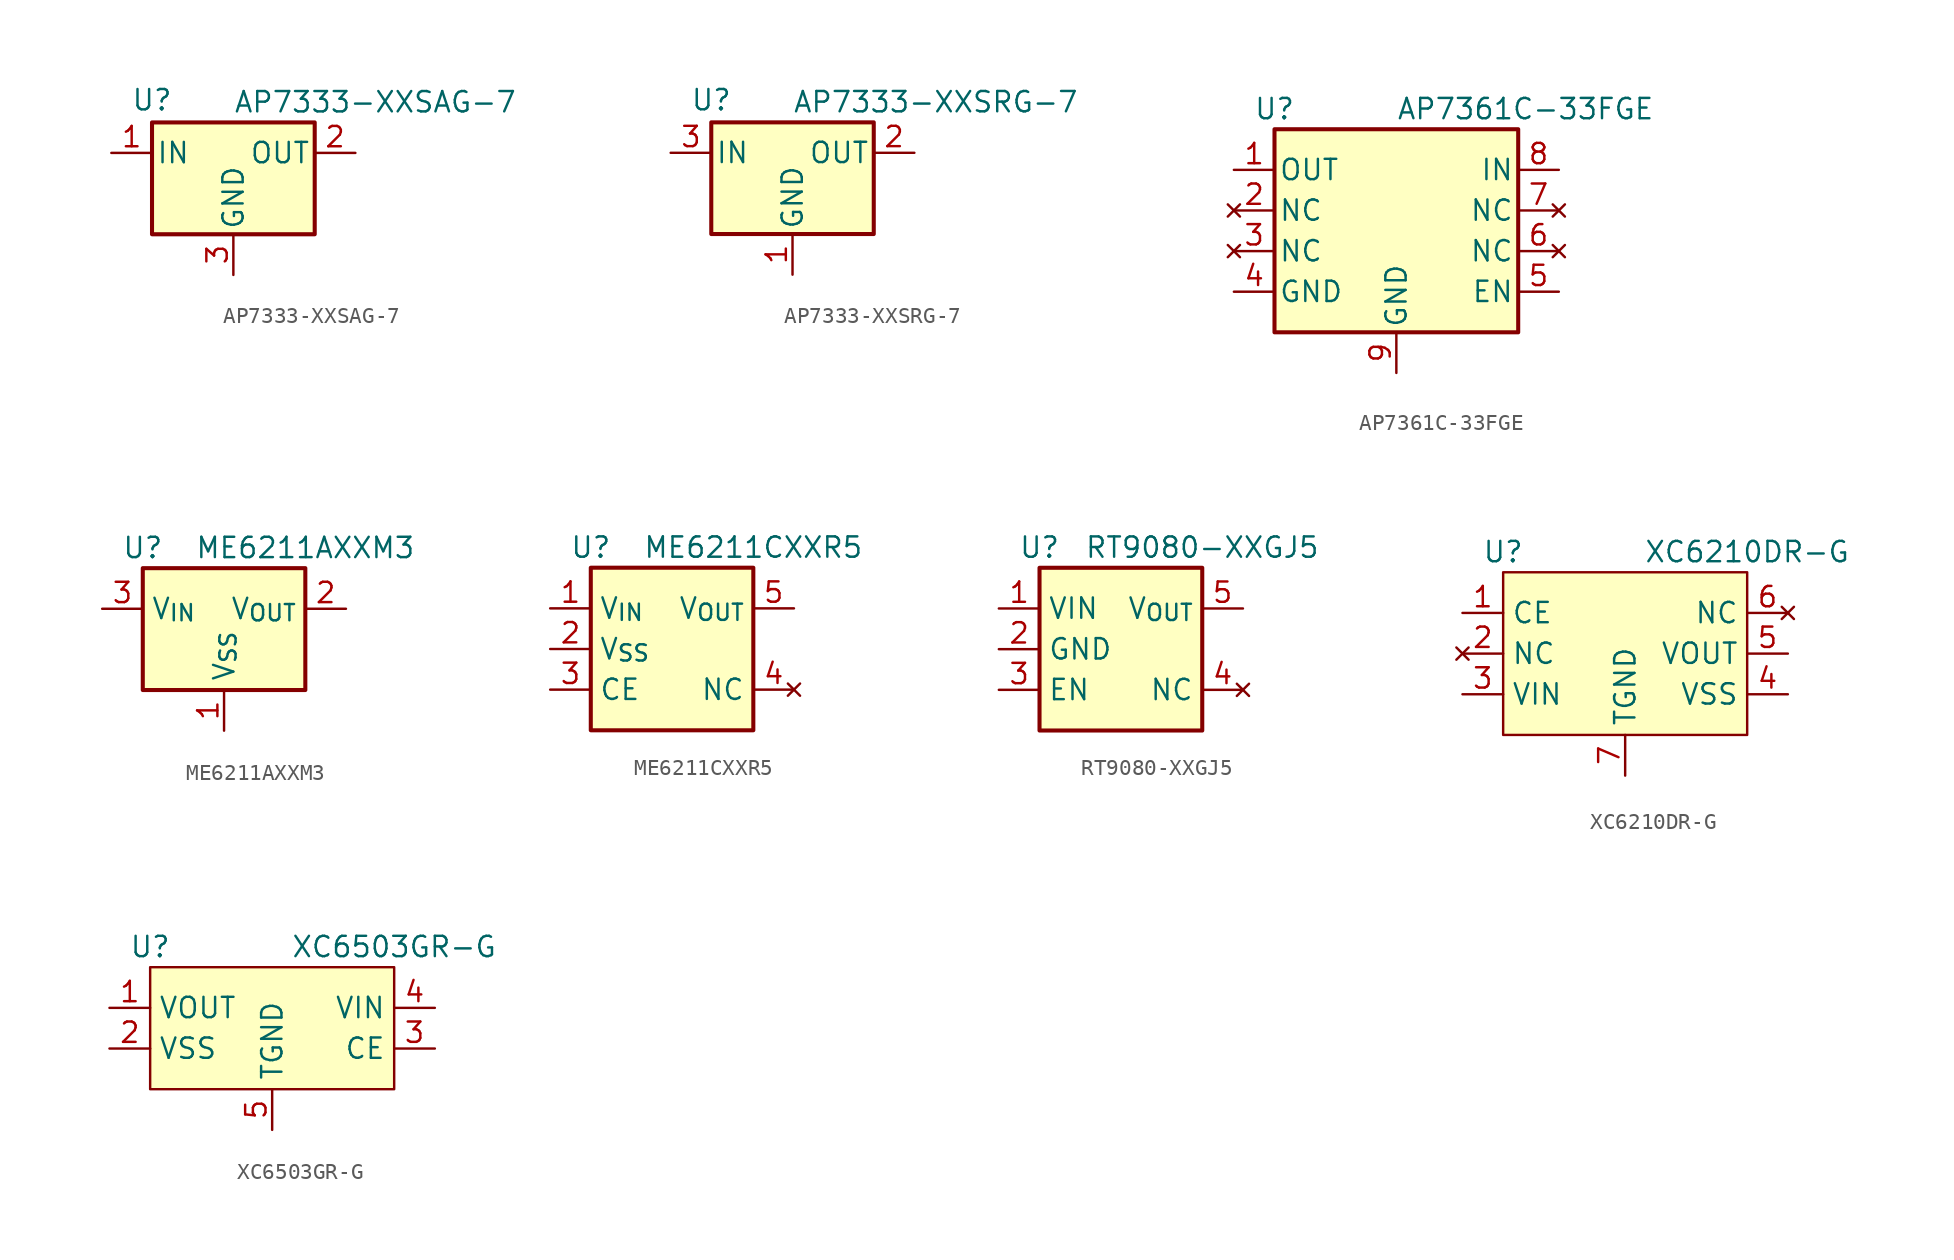
<source format=kicad_sym>
(kicad_symbol_lib
  (version 20231120)
  (generator "kicad_symbol_editor")
  (generator_version "8.0")
  (symbol "AP7333-XXSAG-7"
    (pin_names
      (offset 0.254))
    (property "Reference" "U"
      (at -5.08 3.302 0)
      (effects (font (size 1.27 1.27))))
    (property "Value" "AP7333-XXSAG-7"
      (at 0 3.175 0)
      (effects (font (size 1.27 1.27)) (justify left)))
    (symbol "AP7333-XXSAG-7_0_1"
      (rectangle (start -5.08 1.905) (end 5.08 -5.08) (stroke (width 0.254) (type default)) (fill (type background))))
    (symbol "AP7333-XXSAG-7_1_1"
      (pin power_out line (at -7.62 0 0) (length 2.54) (name "IN" (effects (font (size 1.27 1.27)))) (number "1" (effects (font (size 1.27 1.27)))))
      (pin power_in line (at 7.62 0 180) (length 2.54) (name "OUT" (effects (font (size 1.27 1.27)))) (number "2" (effects (font (size 1.27 1.27)))))
      (pin power_in line (at 0 -7.62 90) (length 2.54) (name "GND" (effects (font (size 1.27 1.27)))) (number "3" (effects (font (size 1.27 1.27)))))))
  (symbol "AP7333-XXSRG-7"
    (pin_names
      (offset 0.254))
    (property "Reference" "U"
      (at -5.08 3.302 0)
      (effects (font (size 1.27 1.27))))
    (property "Value" "AP7333-XXSRG-7"
      (at 0 3.175 0)
      (effects (font (size 1.27 1.27)) (justify left)))
    (symbol "AP7333-XXSRG-7_0_1"
      (rectangle (start -5.08 1.905) (end 5.08 -5.08) (stroke (width 0.254) (type default)) (fill (type background))))
    (symbol "AP7333-XXSRG-7_1_1"
      (pin power_in line (at 0 -7.62 90) (length 2.54) (name "GND" (effects (font (size 1.27 1.27)))) (number "1" (effects (font (size 1.27 1.27)))))
      (pin power_in line (at 7.62 0 180) (length 2.54) (name "OUT" (effects (font (size 1.27 1.27)))) (number "2" (effects (font (size 1.27 1.27)))))
      (pin power_out line (at -7.62 0 0) (length 2.54) (name "IN" (effects (font (size 1.27 1.27)))) (number "3" (effects (font (size 1.27 1.27)))))))
  (symbol "AP7361C-33FGE"
    (pin_names
      (offset 0.254))
    (property "Reference" "U"
      (at -7.62 7.62 0)
      (effects (font (size 1.27 1.27))))
    (property "Value" "AP7361C-33FGE"
      (at 0 7.62 0)
      (effects (font (size 1.27 1.27)) (justify left)))
    (symbol "AP7361C-33FGE_0_1"
      (rectangle (start -7.62 6.35) (end 7.62 -6.35) (stroke (width 0.254) (type default)) (fill (type background))))
    (symbol "AP7361C-33FGE_1_1"
      (pin power_out line (at -10.16 3.81 0) (length 2.54) (name "OUT" (effects (font (size 1.27 1.27)))) (number "1" (effects (font (size 1.27 1.27)))))
      (pin no_connect line (at -10.16 1.27 0) (length 2.54) (name "NC" (effects (font (size 1.27 1.27)))) (number "2" (effects (font (size 1.27 1.27)))))
      (pin no_connect line (at -10.16 -1.27 0) (length 2.54) (name "NC" (effects (font (size 1.27 1.27)))) (number "3" (effects (font (size 1.27 1.27)))))
      (pin power_in line (at -10.16 -3.81 0) (length 2.54) (name "GND" (effects (font (size 1.27 1.27)))) (number "4" (effects (font (size 1.27 1.27)))))
      (pin input line (at 10.16 -3.81 180) (length 2.54) (name "EN" (effects (font (size 1.27 1.27)))) (number "5" (effects (font (size 1.27 1.27)))))
      (pin no_connect line (at 10.16 -1.27 180) (length 2.54) (name "NC" (effects (font (size 1.27 1.27)))) (number "6" (effects (font (size 1.27 1.27)))))
      (pin no_connect line (at 10.16 1.27 180) (length 2.54) (name "NC" (effects (font (size 1.27 1.27)))) (number "7" (effects (font (size 1.27 1.27)))))
      (pin power_in line (at 10.16 3.81 180) (length 2.54) (name "IN" (effects (font (size 1.27 1.27)))) (number "8" (effects (font (size 1.27 1.27)))))
      (pin power_in line (at 0 -8.89 90) (length 2.54) (name "GND" (effects (font (size 1.27 1.27)))) (number "9" (effects (font (size 1.27 1.27)))))))
  (symbol "ME6211AXXM3"
    (property "Reference" "U"
      (at -5.08 6.35 0)
      (effects (font (size 1.27 1.27))))
    (property "Value" "ME6211AXXM3"
      (at 5.08 6.35 0)
      (effects (font (size 1.27 1.27))))
    (symbol "ME6211AXXM3_0_1"
      (rectangle (start -5.08 5.08) (end 5.08 -2.54) (stroke (width 0.254) (type default)) (fill (type background))))
    (symbol "ME6211AXXM3_1_1"
      (pin power_in line (at 0 -5.08 90) (length 2.54) (name "V_{SS}" (effects (font (size 1.27 1.27)))) (number "1" (effects (font (size 1.27 1.27)))))
      (pin power_out line (at 7.62 2.54 180) (length 2.54) (name "V_{OUT}" (effects (font (size 1.27 1.27)))) (number "2" (effects (font (size 1.27 1.27)))))
      (pin power_in line (at -7.62 2.54 0) (length 2.54) (name "V_{IN}" (effects (font (size 1.27 1.27)))) (number "3" (effects (font (size 1.27 1.27)))))))
  (symbol "ME6211CXXR5"
    (property "Reference" "U"
      (at -5.08 6.35 0)
      (effects (font (size 1.27 1.27))))
    (property "Value" "ME6211CXXR5"
      (at 5.08 6.35 0)
      (effects (font (size 1.27 1.27))))
    (symbol "ME6211CXXR5_1_1"
      (rectangle (start -5.08 5.08) (end 5.08 -5.08) (stroke (width 0.254) (type default)) (fill (type background)))
      (pin power_in line (at -7.62 2.54 0) (length 2.54) (name "V_{IN}" (effects (font (size 1.27 1.27)))) (number "1" (effects (font (size 1.27 1.27)))))
      (pin power_in line (at -7.62 0 0) (length 2.54) (name "V_{SS}" (effects (font (size 1.27 1.27)))) (number "2" (effects (font (size 1.27 1.27)))))
      (pin input line (at -7.62 -2.54 0) (length 2.54) (name "CE" (effects (font (size 1.27 1.27)))) (number "3" (effects (font (size 1.27 1.27)))))
      (pin no_connect line (at 7.62 -2.54 180) (length 2.54) (name "NC" (effects (font (size 1.27 1.27)))) (number "4" (effects (font (size 1.27 1.27)))))
      (pin power_out line (at 7.62 2.54 180) (length 2.54) (name "V_{OUT}" (effects (font (size 1.27 1.27)))) (number "5" (effects (font (size 1.27 1.27)))))))
  (symbol "RT9080-XXGJ5"
    (property "Reference" "U"
      (at -5.08 6.35 0)
      (effects (font (size 1.27 1.27))))
    (property "Value" "RT9080-XXGJ5"
      (at 5.08 6.35 0)
      (effects (font (size 1.27 1.27))))
    (symbol "RT9080-XXGJ5_1_1"
      (rectangle (start -5.08 5.08) (end 5.08 -5.08) (stroke (width 0.254) (type default)) (fill (type background)))
      (pin power_in line (at -7.62 2.54 0) (length 2.54) (name "VIN" (effects (font (size 1.27 1.27)))) (number "1" (effects (font (size 1.27 1.27)))))
      (pin power_in line (at -7.62 0 0) (length 2.54) (name "GND" (effects (font (size 1.27 1.27)))) (number "2" (effects (font (size 1.27 1.27)))))
      (pin input line (at -7.62 -2.54 0) (length 2.54) (name "EN" (effects (font (size 1.27 1.27)))) (number "3" (effects (font (size 1.27 1.27)))))
      (pin no_connect line (at 7.62 -2.54 180) (length 2.54) (name "NC" (effects (font (size 1.27 1.27)))) (number "4" (effects (font (size 1.27 1.27)))))
      (pin power_out line (at 7.62 2.54 180) (length 2.54) (name "V_{OUT}" (effects (font (size 1.27 1.27)))) (number "5" (effects (font (size 1.27 1.27)))))))
  (symbol "XC6210DR-G"
    (property "Reference" "U"
      (at -7.62 6.35 0)
      (effects (font (size 1.27 1.27))))
    (property "Value" "XC6210DR-G"
      (at 7.62 6.35 0)
      (effects (font (size 1.27 1.27))))
    (symbol "XC6210DR-G_1_0"
      (pin input line (at -10.16 2.54 0) (length 2.54) (name "CE" (effects (font (size 1.27 1.27)))) (number "1" (effects (font (size 1.27 1.27)))))
      (pin no_connect line (at -10.16 0 0) (length 2.54) (name "NC" (effects (font (size 1.27 1.27)))) (number "2" (effects (font (size 1.27 1.27)))))
      (pin power_in line (at -10.16 -2.54 0) (length 2.54) (name "VIN" (effects (font (size 1.27 1.27)))) (number "3" (effects (font (size 1.27 1.27)))))
      (pin power_in line (at 10.16 -2.54 180) (length 2.54) (name "VSS" (effects (font (size 1.27 1.27)))) (number "4" (effects (font (size 1.27 1.27)))))
      (pin power_out line (at 10.16 0 180) (length 2.54) (name "VOUT" (effects (font (size 1.27 1.27)))) (number "5" (effects (font (size 1.27 1.27)))))
      (pin no_connect line (at 10.16 2.54 180) (length 2.54) (name "NC" (effects (font (size 1.27 1.27)))) (number "6" (effects (font (size 1.27 1.27)))))
      (pin power_in line (at 0 -7.62 90) (length 2.54) (name "TGND" (effects (font (size 1.27 1.27)))) (number "7" (effects (font (size 1.27 1.27))))))
    (symbol "XC6210DR-G_1_1"
      (rectangle (start -7.62 5.08) (end 7.62 -5.08) (stroke (width 0) (type default)) (fill (type background)))))
  (symbol "XC6503GR-G"
    (property "Reference" "U"
      (at -7.62 5.08 0)
      (effects (font (size 1.27 1.27))))
    (property "Value" "XC6503GR-G"
      (at 7.62 5.08 0)
      (effects (font (size 1.27 1.27))))
    (symbol "XC6503GR-G_1_0"
      (pin power_out line (at -10.16 1.27 0) (length 2.54) (name "VOUT" (effects (font (size 1.27 1.27)))) (number "1" (effects (font (size 1.27 1.27)))))
      (pin power_in line (at -10.16 -1.27 0) (length 2.54) (name "VSS" (effects (font (size 1.27 1.27)))) (number "2" (effects (font (size 1.27 1.27)))))
      (pin input line (at 10.16 -1.27 180) (length 2.54) (name "CE" (effects (font (size 1.27 1.27)))) (number "3" (effects (font (size 1.27 1.27)))))
      (pin power_in line (at 10.16 1.27 180) (length 2.54) (name "VIN" (effects (font (size 1.27 1.27)))) (number "4" (effects (font (size 1.27 1.27)))))
      (pin power_in line (at 0 -6.35 90) (length 2.54) (name "TGND" (effects (font (size 1.27 1.27)))) (number "5" (effects (font (size 1.27 1.27))))))
    (symbol "XC6503GR-G_1_1"
      (rectangle (start -7.62 3.81) (end 7.62 -3.81) (stroke (width 0) (type default)) (fill (type background))))))
</source>
